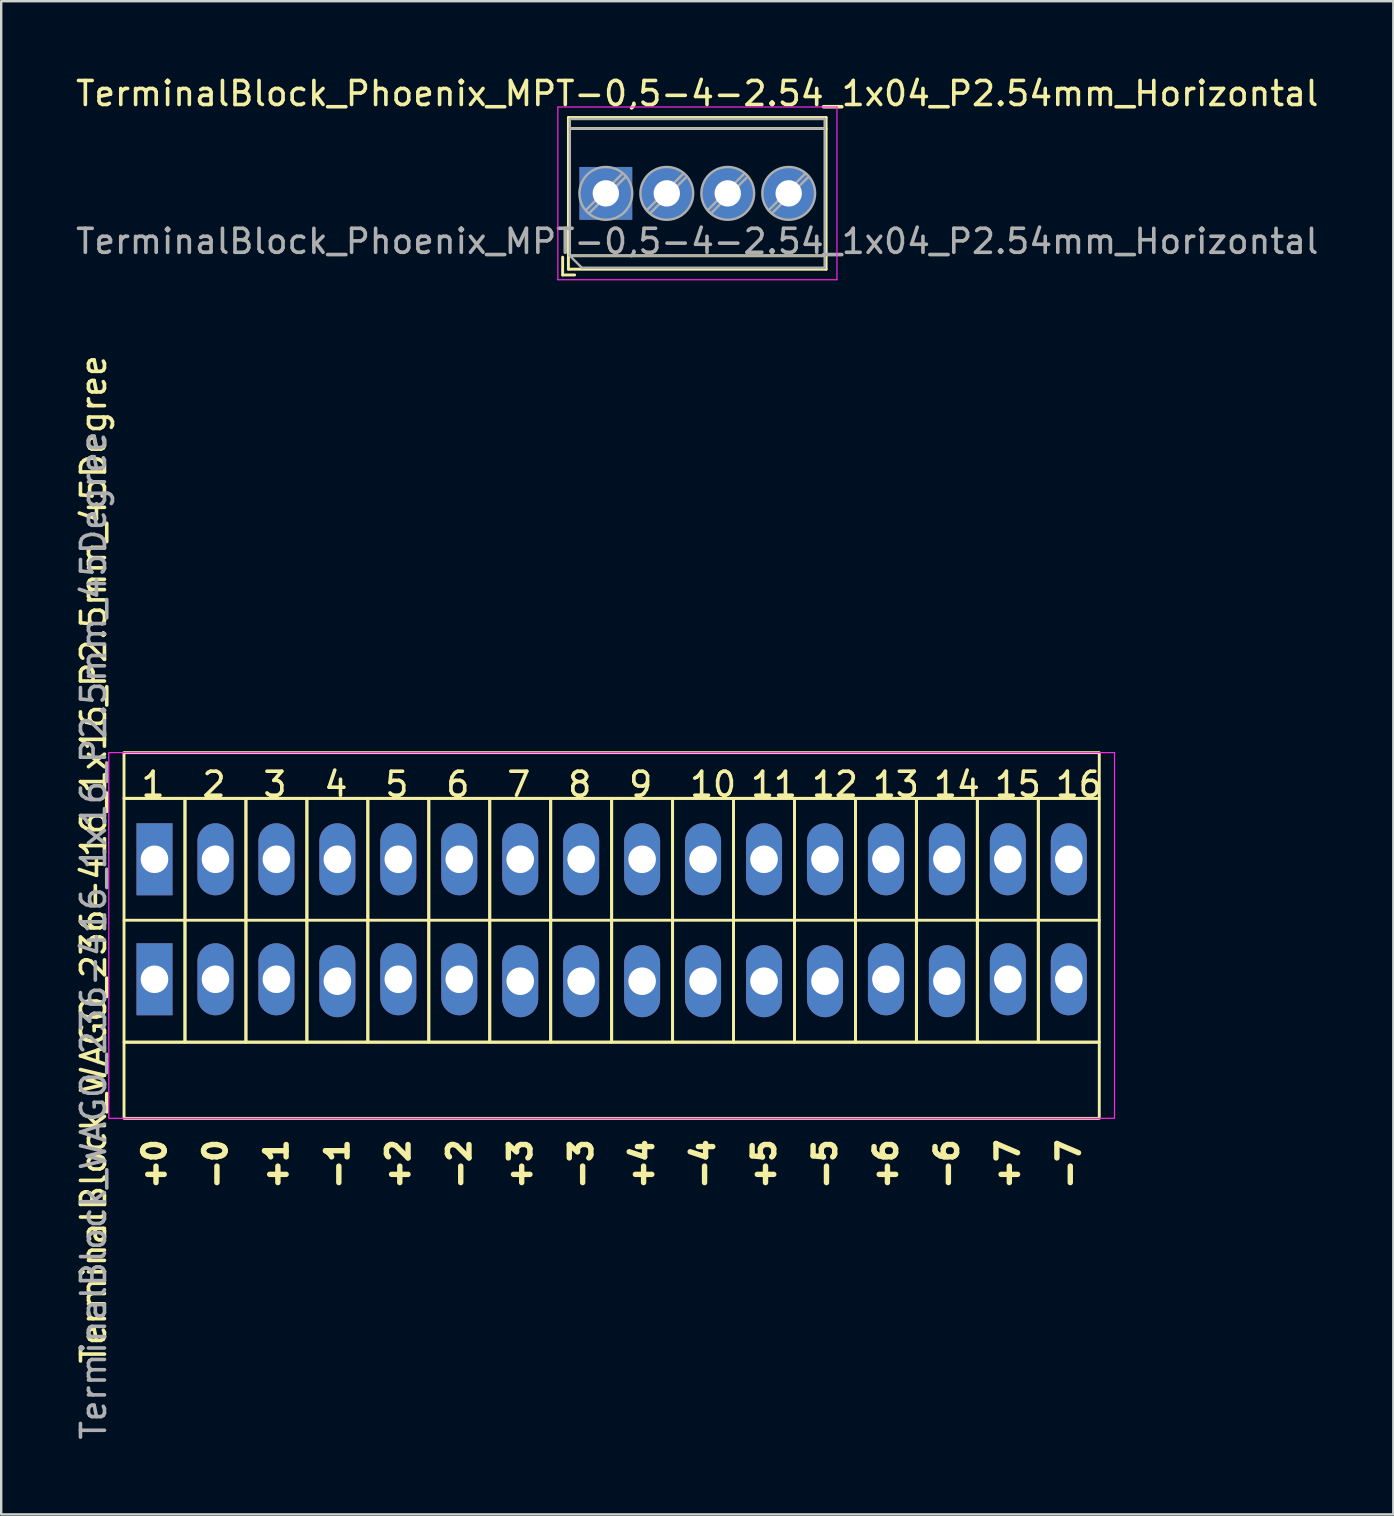
<source format=kicad_pcb>
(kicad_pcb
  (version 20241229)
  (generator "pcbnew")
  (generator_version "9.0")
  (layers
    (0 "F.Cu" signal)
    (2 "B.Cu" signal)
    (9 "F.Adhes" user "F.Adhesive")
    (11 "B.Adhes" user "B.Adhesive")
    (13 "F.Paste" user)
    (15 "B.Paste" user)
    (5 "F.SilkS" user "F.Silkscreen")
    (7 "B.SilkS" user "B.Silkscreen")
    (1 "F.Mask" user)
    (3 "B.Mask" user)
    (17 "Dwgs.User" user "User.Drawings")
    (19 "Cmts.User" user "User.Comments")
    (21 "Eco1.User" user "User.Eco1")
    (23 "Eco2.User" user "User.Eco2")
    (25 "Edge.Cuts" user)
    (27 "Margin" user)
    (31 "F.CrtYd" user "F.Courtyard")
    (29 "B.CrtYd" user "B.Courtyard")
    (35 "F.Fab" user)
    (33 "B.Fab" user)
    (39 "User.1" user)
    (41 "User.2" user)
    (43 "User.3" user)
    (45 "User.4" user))
  (footprint "TerminalBlock_Phoenix_MPT-0,5-4-2.54_1x04_P2.54mm_Horizontal"
    (layer "F.Cu")
    (at 22.196 5.008)
    (property "Reference" "TerminalBlock_Phoenix_MPT-0,5-4-2.54_1x04_P2.54mm_Horizontal" (at 3.81 -4.16 0) (layer "F.SilkS") (effects (font (size 1 1) (thickness 0.15))))
    (attr through_hole)
    (fp_line (start -1.8 2.66) (end -1.8 3.4) (stroke (width 0.12) (type solid)) (layer "F.SilkS"))
    (fp_line (start -1.8 3.4) (end -1.3 3.4) (stroke (width 0.12) (type solid)) (layer "F.SilkS"))
    (fp_line (start -1.56 -3.16) (end -1.56 3.16) (stroke (width 0.12) (type solid)) (layer "F.SilkS"))
    (fp_line (start -1.56 -3.16) (end 9.18 -3.16) (stroke (width 0.12) (type solid)) (layer "F.SilkS"))
    (fp_line (start -1.56 -2.7) (end 9.18 -2.7) (stroke (width 0.12) (type solid)) (layer "F.SilkS"))
    (fp_line (start -1.56 2.6) (end 9.18 2.6) (stroke (width 0.12) (type solid)) (layer "F.SilkS"))
    (fp_line (start -1.56 3.16) (end 9.18 3.16) (stroke (width 0.12) (type solid)) (layer "F.SilkS"))
    (fp_line (start 9.18 -3.16) (end 9.18 3.16) (stroke (width 0.12) (type solid)) (layer "F.SilkS"))
    (fp_line (start -2 -3.6) (end -2 3.6) (stroke (width 0.05) (type solid)) (layer "F.CrtYd"))
    (fp_line (start -2 3.6) (end 9.63 3.6) (stroke (width 0.05) (type solid)) (layer "F.CrtYd"))
    (fp_line (start 9.63 -3.6) (end -2 -3.6) (stroke (width 0.05) (type solid)) (layer "F.CrtYd"))
    (fp_line (start 9.63 3.6) (end 9.63 -3.6) (stroke (width 0.05) (type solid)) (layer "F.CrtYd"))
    (fp_line (start -1.5 -3.1) (end 9.12 -3.1) (stroke (width 0.1) (type solid)) (layer "F.Fab"))
    (fp_line (start -1.5 -2.7) (end 9.12 -2.7) (stroke (width 0.1) (type solid)) (layer "F.Fab"))
    (fp_line (start -1.5 2.6) (end -1.5 -3.1) (stroke (width 0.1) (type solid)) (layer "F.Fab"))
    (fp_line (start -1.5 2.6) (end 9.12 2.6) (stroke (width 0.1) (type solid)) (layer "F.Fab"))
    (fp_line (start -1 3.1) (end -1.5 2.6) (stroke (width 0.1) (type solid)) (layer "F.Fab"))
    (fp_line (start 0.701 -0.835) (end -0.835 0.7) (stroke (width 0.1) (type solid)) (layer "F.Fab"))
    (fp_line (start 0.835 -0.7) (end -0.701 0.835) (stroke (width 0.1) (type solid)) (layer "F.Fab"))
    (fp_line (start 3.241 -0.835) (end 1.706 0.7) (stroke (width 0.1) (type solid)) (layer "F.Fab"))
    (fp_line (start 3.375 -0.7) (end 1.84 0.835) (stroke (width 0.1) (type solid)) (layer "F.Fab"))
    (fp_line (start 5.781 -0.835) (end 4.246 0.7) (stroke (width 0.1) (type solid)) (layer "F.Fab"))
    (fp_line (start 5.915 -0.7) (end 4.38 0.835) (stroke (width 0.1) (type solid)) (layer "F.Fab"))
    (fp_line (start 8.321 -0.835) (end 6.786 0.7) (stroke (width 0.1) (type solid)) (layer "F.Fab"))
    (fp_line (start 8.455 -0.7) (end 6.92 0.835) (stroke (width 0.1) (type solid)) (layer "F.Fab"))
    (fp_line (start 9.12 -3.1) (end 9.12 3.1) (stroke (width 0.1) (type solid)) (layer "F.Fab"))
    (fp_line (start 9.12 3.1) (end -1 3.1) (stroke (width 0.1) (type solid)) (layer "F.Fab"))
    (fp_circle (center 0 0) (end 1.1 0) (stroke (width 0.1) (type solid)) (fill no) (layer "F.Fab"))
    (fp_circle (center 2.54 0) (end 3.64 0) (stroke (width 0.1) (type solid)) (fill no) (layer "F.Fab"))
    (fp_circle (center 5.08 0) (end 6.18 0) (stroke (width 0.1) (type solid)) (fill no) (layer "F.Fab"))
    (fp_circle (center 7.62 0) (end 8.72 0) (stroke (width 0.1) (type solid)) (fill no) (layer "F.Fab"))
    (fp_text user "${REFERENCE}" (at 3.81 2 0) (layer "F.Fab") (effects (font (size 1 1) (thickness 0.15))))
    (pad "1" thru_hole rect (at 0 0) (size 2.2 2.2) (drill 1.1) (layers "*.Cu" "*.Mask"))
    (pad "2" thru_hole circle (at 2.54 0) (size 2.2 2.2) (drill 1.1) (layers "*.Cu" "*.Mask"))
    (pad "3" thru_hole circle (at 5.08 0) (size 2.2 2.2) (drill 1.1) (layers "*.Cu" "*.Mask"))
    (pad "4" thru_hole circle (at 7.62 0) (size 2.2 2.2) (drill 1.1) (layers "*.Cu" "*.Mask")))
  (footprint "TerminalBlock_WAGO_236-416_1x16_P2.5mm_45Degree"
    (layer "F.Cu")
    (at 3.388 32.758)
    (property "Reference" "TerminalBlock_WAGO_236-416_1x16_P2.5mm_45Degree" (at -2.54 0 270) (layer "F.SilkS") (effects (font (size 1 1) (thickness 0.15))))
    (property "L1" "+0" (at 0 0 0) (layer "F.Fab") (hide yes) (effects (font (size 1.27 1.27) (thickness 0.15))))
    (property "L10" "-4" (at 0 0 0) (layer "F.Fab") (hide yes) (effects (font (size 1.27 1.27) (thickness 0.15))))
    (property "L11" "+5" (at 0 0 0) (layer "F.Fab") (hide yes) (effects (font (size 1.27 1.27) (thickness 0.15))))
    (property "L12" "-5" (at 0 0 0) (layer "F.Fab") (hide yes) (effects (font (size 1.27 1.27) (thickness 0.15))))
    (property "L13" "+6" (at 0 0 0) (layer "F.Fab") (hide yes) (effects (font (size 1.27 1.27) (thickness 0.15))))
    (property "L14" "-6" (at 0 0 0) (layer "F.Fab") (hide yes) (effects (font (size 1.27 1.27) (thickness 0.15))))
    (property "L15" "+7" (at 0 0 0) (layer "F.Fab") (hide yes) (effects (font (size 1.27 1.27) (thickness 0.15))))
    (property "L16" "-7" (at 0 0 0) (layer "F.Fab") (hide yes) (effects (font (size 1.27 1.27) (thickness 0.15))))
    (property "L2" "-0" (at 0 0 0) (layer "F.Fab") (hide yes) (effects (font (size 1.27 1.27) (thickness 0.15))))
    (property "L3" "+1" (at 0 0 0) (layer "F.Fab") (hide yes) (effects (font (size 1.27 1.27) (thickness 0.15))))
    (property "L4" "-1" (at 0 0 0) (layer "F.Fab") (hide yes) (effects (font (size 1.27 1.27) (thickness 0.15))))
    (property "L5" "+2" (at 0 0 0) (layer "F.Fab") (hide yes) (effects (font (size 1.27 1.27) (thickness 0.15))))
    (property "L6" "-2" (at 0 0 0) (layer "F.Fab") (hide yes) (effects (font (size 1.27 1.27) (thickness 0.15))))
    (property "L7" "+3" (at 0 0 0) (layer "F.Fab") (hide yes) (effects (font (size 1.27 1.27) (thickness 0.15))))
    (property "L8" "-3" (at 0 0 0) (layer "F.Fab") (hide yes) (effects (font (size 1.27 1.27) (thickness 0.15))))
    (property "L9" "+4" (at 0 0 0) (layer "F.Fab") (hide yes) (effects (font (size 1.27 1.27) (thickness 0.15))))
    (attr through_hole)
    (fp_line (start -1.27 2.54) (end 39.37 2.54) (stroke (width 0.12) (type default)) (layer "F.SilkS"))
    (fp_rect (start -1.27 -4.445) (end 39.37 -2.54) (stroke (width 0.12) (type default)) (fill no) (layer "F.SilkS"))
    (fp_rect (start -1.27 -2.54) (end 1.27 7.62) (stroke (width 0.12) (type default)) (fill no) (layer "F.SilkS"))
    (fp_rect (start -1.27 7.62) (end 39.37 10.795) (stroke (width 0.12) (type default)) (fill no) (layer "F.SilkS"))
    (fp_rect (start 1.27 -2.54) (end 3.81 7.62) (stroke (width 0.12) (type default)) (fill no) (layer "F.SilkS"))
    (fp_rect (start 3.81 -2.54) (end 6.35 7.62) (stroke (width 0.12) (type default)) (fill no) (layer "F.SilkS"))
    (fp_rect (start 6.35 -2.54) (end 8.89 7.62) (stroke (width 0.12) (type default)) (fill no) (layer "F.SilkS"))
    (fp_rect (start 8.89 -2.54) (end 11.43 7.62) (stroke (width 0.12) (type default)) (fill no) (layer "F.SilkS"))
    (fp_rect (start 11.43 -2.54) (end 13.97 7.62) (stroke (width 0.12) (type default)) (fill no) (layer "F.SilkS"))
    (fp_rect (start 13.97 -2.54) (end 16.51 7.62) (stroke (width 0.12) (type default)) (fill no) (layer "F.SilkS"))
    (fp_rect (start 16.51 -2.54) (end 19.05 7.62) (stroke (width 0.12) (type default)) (fill no) (layer "F.SilkS"))
    (fp_rect (start 19.05 -2.54) (end 21.59 7.62) (stroke (width 0.12) (type default)) (fill no) (layer "F.SilkS"))
    (fp_rect (start 21.59 -2.54) (end 24.13 7.62) (stroke (width 0.12) (type default)) (fill no) (layer "F.SilkS"))
    (fp_rect (start 24.13 -2.54) (end 26.67 7.62) (stroke (width 0.12) (type default)) (fill no) (layer "F.SilkS"))
    (fp_rect (start 26.67 -2.54) (end 29.21 7.62) (stroke (width 0.12) (type default)) (fill no) (layer "F.SilkS"))
    (fp_rect (start 29.21 -2.54) (end 31.75 7.62) (stroke (width 0.12) (type default)) (fill no) (layer "F.SilkS"))
    (fp_rect (start 31.75 -2.54) (end 34.29 7.62) (stroke (width 0.12) (type default)) (fill no) (layer "F.SilkS"))
    (fp_rect (start 34.29 -2.54) (end 36.83 7.62) (stroke (width 0.12) (type default)) (fill no) (layer "F.SilkS"))
    (fp_rect (start 36.83 -2.54) (end 39.37 7.62) (stroke (width 0.12) (type default)) (fill no) (layer "F.SilkS"))
    (fp_rect (start -1.905 -4.445) (end 40.005 10.795) (stroke (width 0.05) (type default)) (fill no) (layer "F.CrtYd"))
    (fp_text user "${L16}" (at 38.1 12.7 270) (layer "F.SilkS") (effects (font (size 0.9 0.9) (thickness 0.225))))
    (fp_text user "12" (at 27.305 -2.54 0) (unlocked yes) (layer "F.SilkS") (effects (font (size 1 1) (thickness 0.15)) (justify left bottom)))
    (fp_text user "${L8}" (at 17.78 12.7 270) (layer "F.SilkS") (effects (font (size 0.9 0.9) (thickness 0.225))))
    (fp_text user "${L12}" (at 27.94 12.7 270) (layer "F.SilkS") (effects (font (size 0.9 0.9) (thickness 0.225))))
    (fp_text user "5" (at 9.525 -2.54 0) (unlocked yes) (layer "F.SilkS") (effects (font (size 1 1) (thickness 0.15)) (justify left bottom)))
    (fp_text user "16" (at 37.465 -2.54 0) (unlocked yes) (layer "F.SilkS") (effects (font (size 1 1) (thickness 0.15)) (justify left bottom)))
    (fp_text user "10" (at 22.225 -2.54 0) (unlocked yes) (layer "F.SilkS") (effects (font (size 1 1) (thickness 0.15)) (justify left bottom)))
    (fp_text user "${L6}" (at 12.7 12.7 270) (layer "F.SilkS") (effects (font (size 0.9 0.9) (thickness 0.225))))
    (fp_text user "13" (at 29.845 -2.54 0) (unlocked yes) (layer "F.SilkS") (effects (font (size 1 1) (thickness 0.15)) (justify left bottom)))
    (fp_text user "3" (at 4.445 -2.54 0) (unlocked yes) (layer "F.SilkS") (effects (font (size 1 1) (thickness 0.15)) (justify left bottom)))
    (fp_text user "${L7}" (at 15.24 12.7 270) (layer "F.SilkS") (effects (font (size 0.9 0.9) (thickness 0.225))))
    (fp_text user "${L2}" (at 2.54 12.7 270) (layer "F.SilkS") (effects (font (size 0.9 0.9) (thickness 0.225))))
    (fp_text user "2" (at 1.905 -2.54 0) (unlocked yes) (layer "F.SilkS") (effects (font (size 1 1) (thickness 0.15)) (justify left bottom)))
    (fp_text user "8" (at 17.145 -2.54 0) (unlocked yes) (layer "F.SilkS") (effects (font (size 1 1) (thickness 0.15)) (justify left bottom)))
    (fp_text user "${L14}" (at 33.02 12.7 270) (layer "F.SilkS") (effects (font (size 0.9 0.9) (thickness 0.225))))
    (fp_text user "11" (at 24.765 -2.54 0) (unlocked yes) (layer "F.SilkS") (effects (font (size 1 1) (thickness 0.15)) (justify left bottom)))
    (fp_text user "15" (at 34.925 -2.54 0) (unlocked yes) (layer "F.SilkS") (effects (font (size 1 1) (thickness 0.15)) (justify left bottom)))
    (fp_text user "${L10}" (at 22.86 12.7 270) (layer "F.SilkS") (effects (font (size 0.9 0.9) (thickness 0.225))))
    (fp_text user "6" (at 12.065 -2.54 0) (unlocked yes) (layer "F.SilkS") (effects (font (size 1 1) (thickness 0.15)) (justify left bottom)))
    (fp_text user "${L15}" (at 35.56 12.7 270) (layer "F.SilkS") (effects (font (size 0.9 0.9) (thickness 0.225))))
    (fp_text user "1" (at -0.635 -2.54 0) (unlocked yes) (layer "F.SilkS") (effects (font (size 1 1) (thickness 0.15)) (justify left bottom)))
    (fp_text user "4" (at 6.985 -2.54 0) (unlocked yes) (layer "F.SilkS") (effects (font (size 1 1) (thickness 0.15)) (justify left bottom)))
    (fp_text user "${L9}" (at 20.32 12.7 270) (layer "F.SilkS") (effects (font (size 0.9 0.9) (thickness 0.225))))
    (fp_text user "${L4}" (at 7.62 12.7 270) (layer "F.SilkS") (effects (font (size 0.9 0.9) (thickness 0.225))))
    (fp_text user "${L1}" (at 0 12.7 270) (layer "F.SilkS") (effects (font (size 0.9 0.9) (thickness 0.225))))
    (fp_text user "9" (at 19.685 -2.54 0) (unlocked yes) (layer "F.SilkS") (effects (font (size 1 1) (thickness 0.15)) (justify left bottom)))
    (fp_text user "7" (at 14.605 -2.54 0) (unlocked yes) (layer "F.SilkS") (effects (font (size 1 1) (thickness 0.15)) (justify left bottom)))
    (fp_text user "${L11}" (at 25.4 12.7 270) (layer "F.SilkS") (effects (font (size 0.9 0.9) (thickness 0.225))))
    (fp_text user "${L13}" (at 30.48 12.7 270) (layer "F.SilkS") (effects (font (size 0.9 0.9) (thickness 0.225))))
    (fp_text user "${L3}" (at 5.08 12.7 270) (layer "F.SilkS") (effects (font (size 0.9 0.9) (thickness 0.225))))
    (fp_text user "${L5}" (at 10.16 12.7 270) (layer "F.SilkS") (effects (font (size 0.9 0.9) (thickness 0.225))))
    (fp_text user "14" (at 32.385 -2.54 0) (unlocked yes) (layer "F.SilkS") (effects (font (size 1 1) (thickness 0.15)) (justify left bottom)))
    (fp_text user "${REFERENCE}" (at -2.54 3.175 270) (layer "F.Fab") (effects (font (size 1 1) (thickness 0.15))))
    (pad "1" thru_hole rect (at 0 0) (size 1.5 3) (drill 1.15) (layers "*.Cu" "*.Mask"))
    (pad "1" thru_hole rect (at 0 5) (size 1.5 3) (drill 1.15) (layers "*.Cu" "*.Mask"))
    (pad "2" thru_hole oval (at 2.54 0) (size 1.5 3) (drill 1.15) (layers "*.Cu" "*.Mask"))
    (pad "2" thru_hole oval (at 2.54 5) (size 1.5 3) (drill 1.15) (layers "*.Cu" "*.Mask"))
    (pad "3" thru_hole oval (at 5.08 0) (size 1.5 3) (drill 1.15) (layers "*.Cu" "*.Mask"))
    (pad "3" thru_hole oval (at 5.08 5) (size 1.5 3) (drill 1.15) (layers "*.Cu" "*.Mask"))
    (pad "4" thru_hole oval (at 7.62 0) (size 1.5 3) (drill 1.15) (layers "*.Cu" "*.Mask"))
    (pad "4" thru_hole oval (at 7.62 5.08) (size 1.5 3) (drill 1.15) (layers "*.Cu" "*.Mask"))
    (pad "5" thru_hole oval (at 10.16 0) (size 1.5 3) (drill 1.15) (layers "*.Cu" "*.Mask"))
    (pad "5" thru_hole oval (at 10.16 5) (size 1.5 3) (drill 1.15) (layers "*.Cu" "*.Mask"))
    (pad "6" thru_hole oval (at 12.7 0) (size 1.5 3) (drill 1.15) (layers "*.Cu" "*.Mask"))
    (pad "6" thru_hole oval (at 12.7 5) (size 1.5 3) (drill 1.15) (layers "*.Cu" "*.Mask"))
    (pad "7" thru_hole oval (at 15.24 0) (size 1.5 3) (drill 1.15) (layers "*.Cu" "*.Mask"))
    (pad "7" thru_hole oval (at 15.24 5.08) (size 1.5 3) (drill 1.15) (layers "*.Cu" "*.Mask"))
    (pad "8" thru_hole oval (at 17.78 0) (size 1.5 3) (drill 1.15) (layers "*.Cu" "*.Mask"))
    (pad "8" thru_hole oval (at 17.78 5.08) (size 1.5 3) (drill 1.15) (layers "*.Cu" "*.Mask"))
    (pad "9" thru_hole oval (at 20.32 0) (size 1.5 3) (drill 1.15) (layers "*.Cu" "*.Mask"))
    (pad "9" thru_hole oval (at 20.32 5.08) (size 1.5 3) (drill 1.15) (layers "*.Cu" "*.Mask"))
    (pad "10" thru_hole oval (at 22.86 0) (size 1.5 3) (drill 1.15) (layers "*.Cu" "*.Mask"))
    (pad "10" thru_hole oval (at 22.86 5.08) (size 1.5 3) (drill 1.15) (layers "*.Cu" "*.Mask"))
    (pad "11" thru_hole oval (at 25.4 0) (size 1.5 3) (drill 1.15) (layers "*.Cu" "*.Mask"))
    (pad "11" thru_hole oval (at 25.4 5.08) (size 1.5 3) (drill 1.15) (layers "*.Cu" "*.Mask"))
    (pad "12" thru_hole oval (at 27.94 0) (size 1.5 3) (drill 1.15) (layers "*.Cu" "*.Mask"))
    (pad "12" thru_hole oval (at 27.94 5.08) (size 1.5 3) (drill 1.15) (layers "*.Cu" "*.Mask"))
    (pad "13" thru_hole oval (at 30.48 0) (size 1.5 3) (drill 1.15) (layers "*.Cu" "*.Mask"))
    (pad "13" thru_hole oval (at 30.48 5) (size 1.5 3) (drill 1.15) (layers "*.Cu" "*.Mask"))
    (pad "14" thru_hole oval (at 33.02 0) (size 1.5 3) (drill 1.15) (layers "*.Cu" "*.Mask"))
    (pad "14" thru_hole oval (at 33.02 5.08) (size 1.5 3) (drill 1.15) (layers "*.Cu" "*.Mask"))
    (pad "15" thru_hole oval (at 35.56 0) (size 1.5 3) (drill 1.15) (layers "*.Cu" "*.Mask"))
    (pad "15" thru_hole oval (at 35.56 5) (size 1.5 3) (drill 1.15) (layers "*.Cu" "*.Mask"))
    (pad "16" thru_hole oval (at 38.1 0) (size 1.5 3) (drill 1.15) (layers "*.Cu" "*.Mask"))
    (pad "16" thru_hole oval (at 38.1 5) (size 1.5 3) (drill 1.15) (layers "*.Cu" "*.Mask")))
  (gr_rect
    (start -3 -3)
    (end 55.012 60.058)
    (stroke (width 0.1) (type default))
    (fill no)
    (layer "Edge.Cuts")))
</source>
